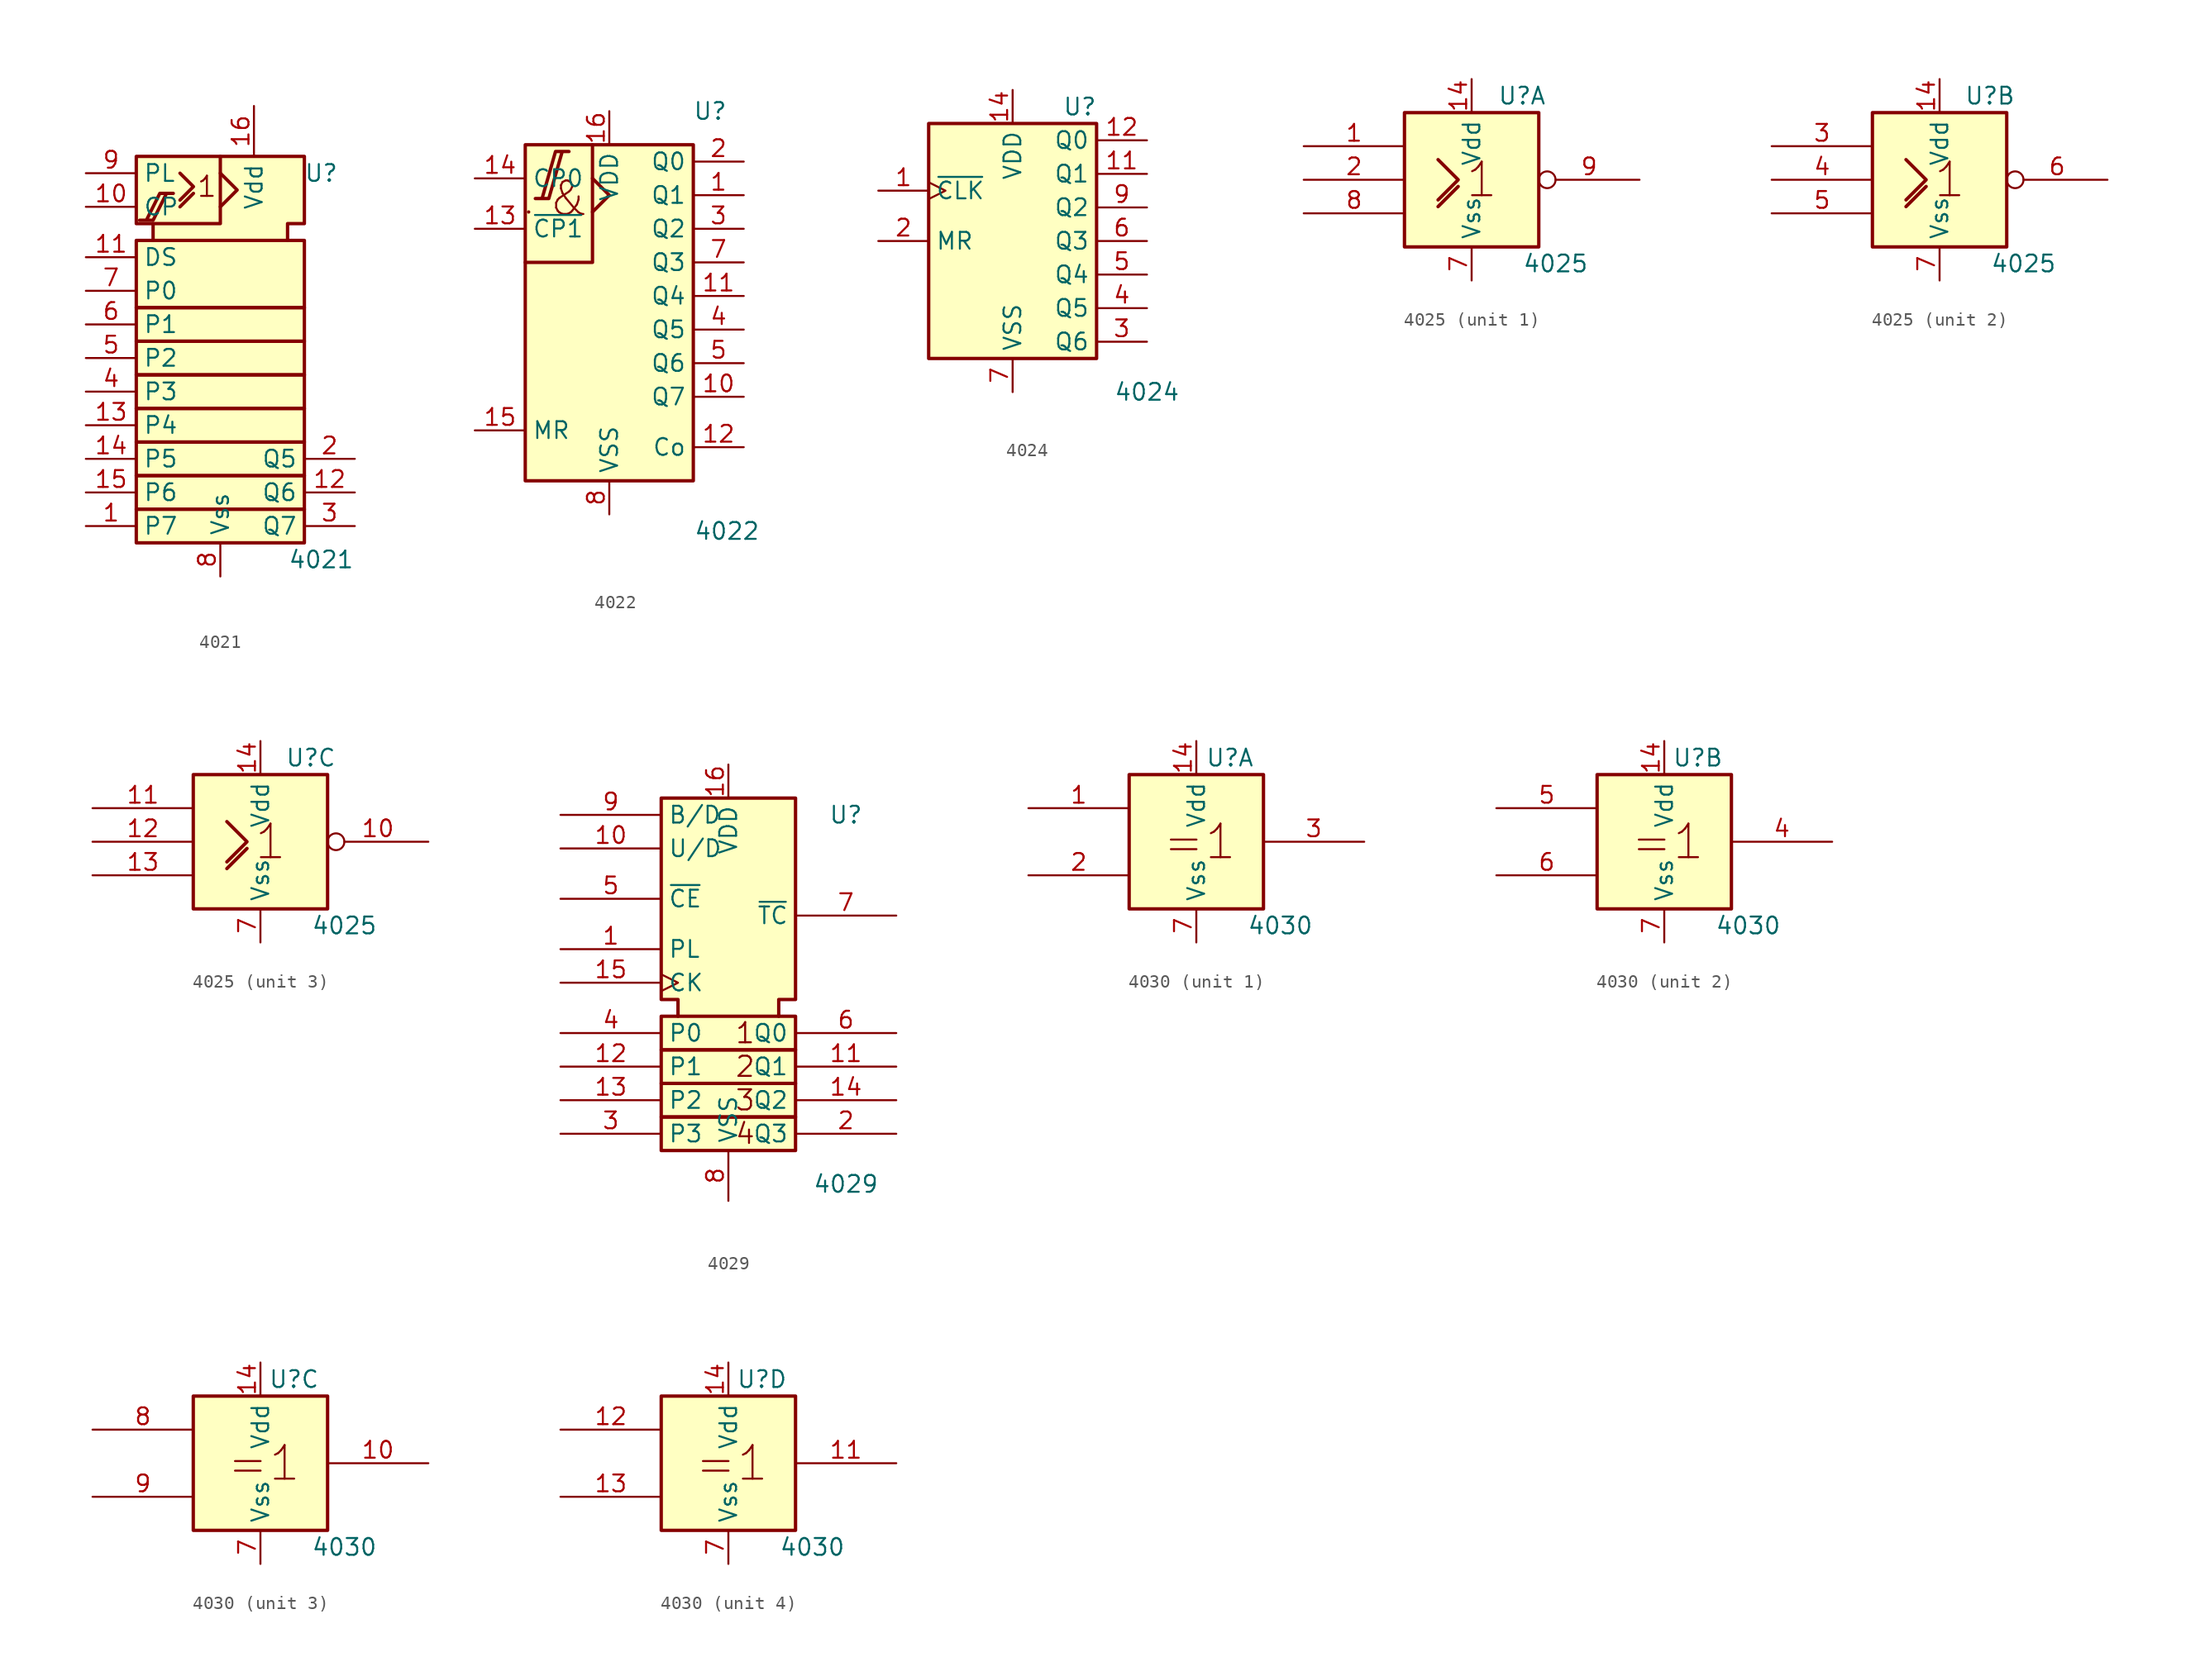
<source format=kicad_sym>
(kicad_symbol_lib
  (version 20220914)
  (generator kicad_symbol_editor)
  (symbol "4021"
    (property "Reference" "U"
      (at 7.62 7.62 0)
      (effects (font (size 1.27 1.27))))
    (property "Value" "4021"
      (at 7.62 -21.59 0)
      (effects (font (size 1.27 1.27))))
    (symbol "4021_0_0"
      (polyline (pts (xy -6.096 4.064) (xy -5.08 4.064) (xy -4.064 6.096) (xy -3.556 6.096) (xy -4.572 6.096) (xy -5.588 4.064) (xy -5.588 4.064)) (stroke (width 0.254) (type default)) (fill (type background)))
      (text "1" (at -1.016 6.604 0) (effects (font (size 1.524 1.524)))))
    (symbol "4021_0_1"
      (rectangle (start -6.35 -17.78) (end 6.35 -20.32) (stroke (width 0.254) (type default)) (fill (type background)))
      (rectangle (start -6.35 -15.24) (end 6.35 -17.78) (stroke (width 0.254) (type default)) (fill (type background)))
      (rectangle (start -6.35 -12.7) (end 6.35 -15.24) (stroke (width 0.254) (type default)) (fill (type background)))
      (rectangle (start -6.35 -10.16) (end 6.35 -12.7) (stroke (width 0.254) (type default)) (fill (type background)))
      (rectangle (start -6.35 -7.62) (end 6.35 -10.16) (stroke (width 0.254) (type default)) (fill (type background)))
      (rectangle (start -6.35 -5.08) (end 6.35 -7.62) (stroke (width 0.254) (type default)) (fill (type background)))
      (rectangle (start -6.35 -2.54) (end 6.35 -5.08) (stroke (width 0.254) (type default)) (fill (type background)))
      (rectangle (start -6.35 2.54) (end 6.35 -2.54) (stroke (width 0.254) (type default)) (fill (type background)))
      (polyline (pts (xy -3.048 5.08) (xy -2.032 6.096) (xy -2.032 6.096)) (stroke (width 0.254) (type default)) (fill (type background)))
      (polyline (pts (xy -3.048 7.62) (xy -2.032 6.604) (xy -3.048 5.588) (xy -3.048 5.588)) (stroke (width 0.254) (type default)) (fill (type background)))
      (polyline (pts (xy 0 7.62) (xy 1.27 6.35) (xy 0 5.08) (xy 0 5.08)) (stroke (width 0.254) (type default)) (fill (type background)))
      (polyline (pts (xy 0 8.89) (xy 0 3.81) (xy -5.08 3.81) (xy -5.08 3.81)) (stroke (width 0.254) (type default)) (fill (type background)))
      (polyline (pts (xy -5.08 2.54) (xy -5.08 3.81) (xy -6.35 3.81) (xy -6.35 8.89) (xy 6.35 8.89) (xy 6.35 3.81) (xy 5.08 3.81) (xy 5.08 2.54) (xy 5.08 2.54)) (stroke (width 0.254) (type default)) (fill (type background)))
      (pin power_in line (at 2.54 12.7 270) (length 3.81) (name "Vdd" (effects (font (size 1.27 1.27)))) (number "16" (effects (font (size 1.27 1.27)))))
      (pin power_in line (at 0 -22.86 90) (length 2.54) (name "Vss" (effects (font (size 1.27 1.27)))) (number "8" (effects (font (size 1.27 1.27))))))
    (symbol "4021_1_1"
      (pin input line (at -10.16 -19.05 0) (length 3.81) (name "P7" (effects (font (size 1.27 1.27)))) (number "1" (effects (font (size 1.27 1.27)))))
      (pin output line (at -10.16 5.08 0) (length 3.81) (name "CP" (effects (font (size 1.27 1.27)))) (number "10" (effects (font (size 1.27 1.27)))))
      (pin output line (at -10.16 1.27 0) (length 3.81) (name "DS" (effects (font (size 1.27 1.27)))) (number "11" (effects (font (size 1.27 1.27)))))
      (pin output line (at 10.16 -16.51 180) (length 3.81) (name "Q6" (effects (font (size 1.27 1.27)))) (number "12" (effects (font (size 1.27 1.27)))))
      (pin input line (at -10.16 -11.43 0) (length 3.81) (name "P4" (effects (font (size 1.27 1.27)))) (number "13" (effects (font (size 1.27 1.27)))))
      (pin input line (at -10.16 -13.97 0) (length 3.81) (name "P5" (effects (font (size 1.27 1.27)))) (number "14" (effects (font (size 1.27 1.27)))))
      (pin input line (at -10.16 -16.51 0) (length 3.81) (name "P6" (effects (font (size 1.27 1.27)))) (number "15" (effects (font (size 1.27 1.27)))))
      (pin output line (at 10.16 -13.97 180) (length 3.81) (name "Q5" (effects (font (size 1.27 1.27)))) (number "2" (effects (font (size 1.27 1.27)))))
      (pin output line (at 10.16 -19.05 180) (length 3.81) (name "Q7" (effects (font (size 1.27 1.27)))) (number "3" (effects (font (size 1.27 1.27)))))
      (pin input line (at -10.16 -8.89 0) (length 3.81) (name "P3" (effects (font (size 1.27 1.27)))) (number "4" (effects (font (size 1.27 1.27)))))
      (pin input line (at -10.16 -6.35 0) (length 3.81) (name "P2" (effects (font (size 1.27 1.27)))) (number "5" (effects (font (size 1.27 1.27)))))
      (pin input line (at -10.16 -3.81 0) (length 3.81) (name "P1" (effects (font (size 1.27 1.27)))) (number "6" (effects (font (size 1.27 1.27)))))
      (pin input line (at -10.16 -1.27 0) (length 3.81) (name "P0" (effects (font (size 1.27 1.27)))) (number "7" (effects (font (size 1.27 1.27)))))
      (pin output line (at -10.16 7.62 0) (length 3.81) (name "PL" (effects (font (size 1.27 1.27)))) (number "9" (effects (font (size 1.27 1.27)))))))
  (symbol "4022"
    (property "Reference" "U"
      (at 7.62 15.24 0)
      (effects (font (size 1.27 1.27))))
    (property "Value" "4022"
      (at 8.89 -16.51 0)
      (effects (font (size 1.27 1.27))))
    (symbol "4022_0_0"
      (polyline (pts (xy -6.096 7.62) (xy -6.096 7.62) (xy -6.096 7.62) (xy -6.096 7.62)) (stroke (width 0.254) (type default)) (fill (type background)))
      (polyline (pts (xy -1.27 10.16) (xy 0 8.89) (xy -1.27 7.62) (xy -1.27 7.62)) (stroke (width 0.254) (type default)) (fill (type background)))
      (polyline (pts (xy -1.27 12.7) (xy -1.27 3.81) (xy -6.35 3.81) (xy -6.35 3.81)) (stroke (width 0.254) (type default)) (fill (type background)))
      (polyline (pts (xy -5.588 8.636) (xy -4.572 8.636) (xy -3.556 12.192) (xy -3.048 12.192) (xy -4.064 12.192) (xy -5.08 8.636) (xy -5.08 8.636)) (stroke (width 0.254) (type default)) (fill (type background)))
      (text "&" (at -3.048 8.636 0) (effects (font (size 2.54 2.54))))
      (pin power_in line (at 0 15.24 270) (length 2.54) (name "VDD" (effects (font (size 1.27 1.27)))) (number "16" (effects (font (size 1.27 1.27)))))
      (pin power_in line (at 0 -15.24 90) (length 2.54) (name "VSS" (effects (font (size 1.27 1.27)))) (number "8" (effects (font (size 1.27 1.27))))))
    (symbol "4022_0_1"
      (rectangle (start -6.35 12.7) (end 6.35 -12.7) (stroke (width 0.254) (type default)) (fill (type background))))
    (symbol "4022_1_1"
      (pin output line (at 10.16 8.89 180) (length 3.81) (name "Q1" (effects (font (size 1.27 1.27)))) (number "1" (effects (font (size 1.27 1.27)))))
      (pin output line (at 10.16 -6.35 180) (length 3.81) (name "Q7" (effects (font (size 1.27 1.27)))) (number "10" (effects (font (size 1.27 1.27)))))
      (pin output line (at 10.16 1.27 180) (length 3.81) (name "Q4" (effects (font (size 1.27 1.27)))) (number "11" (effects (font (size 1.27 1.27)))))
      (pin output line (at 10.16 -10.16 180) (length 3.81) (name "Co" (effects (font (size 1.27 1.27)))) (number "12" (effects (font (size 1.27 1.27)))))
      (pin input line (at -10.16 6.35 0) (length 3.81) (name "~{CP1}" (effects (font (size 1.27 1.27)))) (number "13" (effects (font (size 1.27 1.27)))))
      (pin output line (at -10.16 10.16 0) (length 3.81) (name "CP0" (effects (font (size 1.27 1.27)))) (number "14" (effects (font (size 1.27 1.27)))))
      (pin input line (at -10.16 -8.89 0) (length 3.81) (name "MR" (effects (font (size 1.27 1.27)))) (number "15" (effects (font (size 1.27 1.27)))))
      (pin output line (at 10.16 11.43 180) (length 3.81) (name "Q0" (effects (font (size 1.27 1.27)))) (number "2" (effects (font (size 1.27 1.27)))))
      (pin output line (at 10.16 6.35 180) (length 3.81) (name "Q2" (effects (font (size 1.27 1.27)))) (number "3" (effects (font (size 1.27 1.27)))))
      (pin output line (at 10.16 -1.27 180) (length 3.81) (name "Q5" (effects (font (size 1.27 1.27)))) (number "4" (effects (font (size 1.27 1.27)))))
      (pin output line (at 10.16 -3.81 180) (length 3.81) (name "Q6" (effects (font (size 1.27 1.27)))) (number "5" (effects (font (size 1.27 1.27)))))
      (pin output line (at 10.16 3.81 180) (length 3.81) (name "Q3" (effects (font (size 1.27 1.27)))) (number "7" (effects (font (size 1.27 1.27)))))))
  (symbol "4024"
    (property "Reference" "U"
      (at 5.08 11.43 0)
      (effects (font (size 1.27 1.27))))
    (property "Value" "4024"
      (at 10.16 -10.16 0)
      (effects (font (size 1.27 1.27))))
    (symbol "4024_0_0"
      (rectangle (start -6.35 10.16) (end 6.35 -7.62) (stroke (width 0.254) (type default)) (fill (type background)))
      (pin power_in line (at 0 12.7 270) (length 2.54) (name "VDD" (effects (font (size 1.27 1.27)))) (number "14" (effects (font (size 1.27 1.27)))))
      (pin power_in line (at 0 -10.16 90) (length 2.54) (name "VSS" (effects (font (size 1.27 1.27)))) (number "7" (effects (font (size 1.27 1.27))))))
    (symbol "4024_1_1"
      (pin input clock (at -10.16 5.08 0) (length 3.81) (name "~{CLK}" (effects (font (size 1.27 1.27)))) (number "1" (effects (font (size 1.27 1.27)))))
      (pin output line (at 10.16 6.35 180) (length 3.81) (name "Q1" (effects (font (size 1.27 1.27)))) (number "11" (effects (font (size 1.27 1.27)))))
      (pin output line (at 10.16 8.89 180) (length 3.81) (name "Q0" (effects (font (size 1.27 1.27)))) (number "12" (effects (font (size 1.27 1.27)))))
      (pin input line (at -10.16 1.27 0) (length 3.81) (name "MR" (effects (font (size 1.27 1.27)))) (number "2" (effects (font (size 1.27 1.27)))))
      (pin output line (at 10.16 -6.35 180) (length 3.81) (name "Q6" (effects (font (size 1.27 1.27)))) (number "3" (effects (font (size 1.27 1.27)))))
      (pin output line (at 10.16 -3.81 180) (length 3.81) (name "Q5" (effects (font (size 1.27 1.27)))) (number "4" (effects (font (size 1.27 1.27)))))
      (pin output line (at 10.16 -1.27 180) (length 3.81) (name "Q4" (effects (font (size 1.27 1.27)))) (number "5" (effects (font (size 1.27 1.27)))))
      (pin output line (at 10.16 1.27 180) (length 3.81) (name "Q3" (effects (font (size 1.27 1.27)))) (number "6" (effects (font (size 1.27 1.27)))))
      (pin output line (at 10.16 3.81 180) (length 3.81) (name "Q2" (effects (font (size 1.27 1.27)))) (number "9" (effects (font (size 1.27 1.27)))))))
  (symbol "4025"
    (property "Reference" "U"
      (at 3.81 6.35 0)
      (effects (font (size 1.27 1.27))))
    (property "Value" "4025"
      (at 6.35 -6.35 0)
      (effects (font (size 1.27 1.27))))
    (symbol "4025_0_0"
      (rectangle (start -5.08 5.08) (end 5.08 -5.08) (stroke (width 0.254) (type default)) (fill (type background)))
      (polyline (pts (xy -2.54 -2.032) (xy -1.016 -0.508) (xy -1.016 -0.508)) (stroke (width 0.254) (type default)) (fill (type background)))
      (polyline (pts (xy -2.54 1.524) (xy -1.016 0) (xy -2.54 -1.524) (xy -2.54 -1.524)) (stroke (width 0.254) (type default)) (fill (type background)))
      (text "1" (at 0.762 0 0) (effects (font (size 2.54 2.54))))
      (pin power_in line (at 0 7.62 270) (length 2.54) (name "Vdd" (effects (font (size 1.27 1.27)))) (number "14" (effects (font (size 1.27 1.27)))))
      (pin power_in line (at 0 -7.62 90) (length 2.54) (name "Vss" (effects (font (size 1.27 1.27)))) (number "7" (effects (font (size 1.27 1.27))))))
    (symbol "4025_1_1"
      (pin input line (at -12.7 2.54 0) (length 7.62) (name "~" (effects (font (size 1.27 1.27)))) (number "1" (effects (font (size 1.27 1.27)))))
      (pin input line (at -12.7 0 0) (length 7.62) (name "~" (effects (font (size 1.27 1.27)))) (number "2" (effects (font (size 1.27 1.27)))))
      (pin input line (at -12.7 -2.54 0) (length 7.62) (name "~" (effects (font (size 1.27 1.27)))) (number "8" (effects (font (size 1.27 1.27)))))
      (pin output inverted (at 12.7 0 180) (length 7.62) (name "~" (effects (font (size 1.27 1.27)))) (number "9" (effects (font (size 1.27 1.27))))))
    (symbol "4025_2_1"
      (pin input line (at -12.7 2.54 0) (length 7.62) (name "~" (effects (font (size 1.27 1.27)))) (number "3" (effects (font (size 1.27 1.27)))))
      (pin input line (at -12.7 0 0) (length 7.62) (name "~" (effects (font (size 1.27 1.27)))) (number "4" (effects (font (size 1.27 1.27)))))
      (pin input line (at -12.7 -2.54 0) (length 7.62) (name "~" (effects (font (size 1.27 1.27)))) (number "5" (effects (font (size 1.27 1.27)))))
      (pin output inverted (at 12.7 0 180) (length 7.62) (name "~" (effects (font (size 1.27 1.27)))) (number "6" (effects (font (size 1.27 1.27))))))
    (symbol "4025_3_1"
      (pin output inverted (at 12.7 0 180) (length 7.62) (name "~" (effects (font (size 1.27 1.27)))) (number "10" (effects (font (size 1.27 1.27)))))
      (pin input line (at -12.7 2.54 0) (length 7.62) (name "~" (effects (font (size 1.27 1.27)))) (number "11" (effects (font (size 1.27 1.27)))))
      (pin input line (at -12.7 0 0) (length 7.62) (name "~" (effects (font (size 1.27 1.27)))) (number "12" (effects (font (size 1.27 1.27)))))
      (pin input line (at -12.7 -2.54 0) (length 7.62) (name "~" (effects (font (size 1.27 1.27)))) (number "13" (effects (font (size 1.27 1.27)))))))
  (symbol "4029"
    (property "Reference" "U"
      (at 8.89 8.89 0)
      (effects (font (size 1.27 1.27))))
    (property "Value" "4029"
      (at 8.89 -19.05 0)
      (effects (font (size 1.27 1.27))))
    (symbol "4029_0_0"
      (rectangle (start -5.08 -13.97) (end 5.08 -16.51) (stroke (width 0.254) (type default)) (fill (type background)))
      (rectangle (start -5.08 -11.43) (end 5.08 -13.97) (stroke (width 0.254) (type default)) (fill (type background)))
      (rectangle (start -5.08 -8.89) (end 5.08 -11.43) (stroke (width 0.254) (type default)) (fill (type background)))
      (rectangle (start -5.08 -6.35) (end 5.08 -8.89) (stroke (width 0.254) (type default)) (fill (type background)))
      (polyline (pts (xy -3.81 -6.35) (xy -3.81 -5.08) (xy -5.08 -5.08) (xy -5.08 10.16) (xy 5.08 10.16) (xy 5.08 -5.08) (xy 3.81 -5.08) (xy 3.81 -6.35) (xy 3.81 -6.35)) (stroke (width 0.254) (type default)) (fill (type background)))
      (text "1" (at 1.27 -7.62 0) (effects (font (size 1.524 1.524))))
      (text "2" (at 1.27 -10.16 0) (effects (font (size 1.524 1.524))))
      (text "3" (at 1.27 -12.7 0) (effects (font (size 1.524 1.524))))
      (text "4" (at 1.27 -15.24 0) (effects (font (size 1.524 1.524)))))
    (symbol "4029_1_1"
      (pin input line (at -12.7 -1.27 0) (length 7.62) (name "PL" (effects (font (size 1.27 1.27)))) (number "1" (effects (font (size 1.27 1.27)))))
      (pin input line (at -12.7 6.35 0) (length 7.62) (name "U/D" (effects (font (size 1.27 1.27)))) (number "10" (effects (font (size 1.27 1.27)))))
      (pin output line (at 12.7 -10.16 180) (length 7.62) (name "Q1" (effects (font (size 1.27 1.27)))) (number "11" (effects (font (size 1.27 1.27)))))
      (pin input line (at -12.7 -10.16 0) (length 7.62) (name "P1" (effects (font (size 1.27 1.27)))) (number "12" (effects (font (size 1.27 1.27)))))
      (pin input line (at -12.7 -12.7 0) (length 7.62) (name "P2" (effects (font (size 1.27 1.27)))) (number "13" (effects (font (size 1.27 1.27)))))
      (pin output line (at 12.7 -12.7 180) (length 7.62) (name "Q2" (effects (font (size 1.27 1.27)))) (number "14" (effects (font (size 1.27 1.27)))))
      (pin input clock (at -12.7 -3.81 0) (length 7.62) (name "CK" (effects (font (size 1.27 1.27)))) (number "15" (effects (font (size 1.27 1.27)))))
      (pin power_in line (at 0 12.7 270) (length 2.54) (name "VDD" (effects (font (size 1.27 1.27)))) (number "16" (effects (font (size 1.27 1.27)))))
      (pin output line (at 12.7 -15.24 180) (length 7.62) (name "Q3" (effects (font (size 1.27 1.27)))) (number "2" (effects (font (size 1.27 1.27)))))
      (pin input line (at -12.7 -15.24 0) (length 7.62) (name "P3" (effects (font (size 1.27 1.27)))) (number "3" (effects (font (size 1.27 1.27)))))
      (pin input line (at -12.7 -7.62 0) (length 7.62) (name "P0" (effects (font (size 1.27 1.27)))) (number "4" (effects (font (size 1.27 1.27)))))
      (pin input line (at -12.7 2.54 0) (length 7.62) (name "~{CE}" (effects (font (size 1.27 1.27)))) (number "5" (effects (font (size 1.27 1.27)))))
      (pin output line (at 12.7 -7.62 180) (length 7.62) (name "Q0" (effects (font (size 1.27 1.27)))) (number "6" (effects (font (size 1.27 1.27)))))
      (pin output line (at 12.7 1.27 180) (length 7.62) (name "~{TC}" (effects (font (size 1.27 1.27)))) (number "7" (effects (font (size 1.27 1.27)))))
      (pin power_in line (at 0 -20.32 90) (length 3.81) (name "VSS" (effects (font (size 1.27 1.27)))) (number "8" (effects (font (size 1.27 1.27)))))
      (pin input line (at -12.7 8.89 0) (length 7.62) (name "B/D" (effects (font (size 1.27 1.27)))) (number "9" (effects (font (size 1.27 1.27)))))))
  (symbol "4030"
    (property "Reference" "U"
      (at 2.54 6.35 0)
      (effects (font (size 1.27 1.27))))
    (property "Value" "4030"
      (at 6.35 -6.35 0)
      (effects (font (size 1.27 1.27))))
    (symbol "4030_0_0"
      (rectangle (start -5.08 5.08) (end 5.08 -5.08) (stroke (width 0.254) (type default)) (fill (type background)))
      (text "=1" (at 0.254 0 0) (effects (font (size 2.54 2.54))))
      (pin power_in line (at 0 7.62 270) (length 2.54) (name "Vdd" (effects (font (size 1.27 1.27)))) (number "14" (effects (font (size 1.27 1.27)))))
      (pin power_in line (at 0 -7.62 90) (length 2.54) (name "Vss" (effects (font (size 1.27 1.27)))) (number "7" (effects (font (size 1.27 1.27))))))
    (symbol "4030_1_1"
      (pin input line (at -12.7 2.54 0) (length 7.62) (name "~" (effects (font (size 1.27 1.27)))) (number "1" (effects (font (size 1.27 1.27)))))
      (pin input line (at -12.7 -2.54 0) (length 7.62) (name "~" (effects (font (size 1.27 1.27)))) (number "2" (effects (font (size 1.27 1.27)))))
      (pin output line (at 12.7 0 180) (length 7.62) (name "~" (effects (font (size 1.27 1.27)))) (number "3" (effects (font (size 1.27 1.27))))))
    (symbol "4030_2_1"
      (pin output line (at 12.7 0 180) (length 7.62) (name "~" (effects (font (size 1.27 1.27)))) (number "4" (effects (font (size 1.27 1.27)))))
      (pin input line (at -12.7 2.54 0) (length 7.62) (name "~" (effects (font (size 1.27 1.27)))) (number "5" (effects (font (size 1.27 1.27)))))
      (pin input line (at -12.7 -2.54 0) (length 7.62) (name "~" (effects (font (size 1.27 1.27)))) (number "6" (effects (font (size 1.27 1.27))))))
    (symbol "4030_3_1"
      (pin output line (at 12.7 0 180) (length 7.62) (name "~" (effects (font (size 1.27 1.27)))) (number "10" (effects (font (size 1.27 1.27)))))
      (pin input line (at -12.7 2.54 0) (length 7.62) (name "~" (effects (font (size 1.27 1.27)))) (number "8" (effects (font (size 1.27 1.27)))))
      (pin input line (at -12.7 -2.54 0) (length 7.62) (name "~" (effects (font (size 1.27 1.27)))) (number "9" (effects (font (size 1.27 1.27))))))
    (symbol "4030_4_1"
      (pin output line (at 12.7 0 180) (length 7.62) (name "~" (effects (font (size 1.27 1.27)))) (number "11" (effects (font (size 1.27 1.27)))))
      (pin input line (at -12.7 2.54 0) (length 7.62) (name "~" (effects (font (size 1.27 1.27)))) (number "12" (effects (font (size 1.27 1.27)))))
      (pin input line (at -12.7 -2.54 0) (length 7.62) (name "~" (effects (font (size 1.27 1.27)))) (number "13" (effects (font (size 1.27 1.27))))))))
</source>
